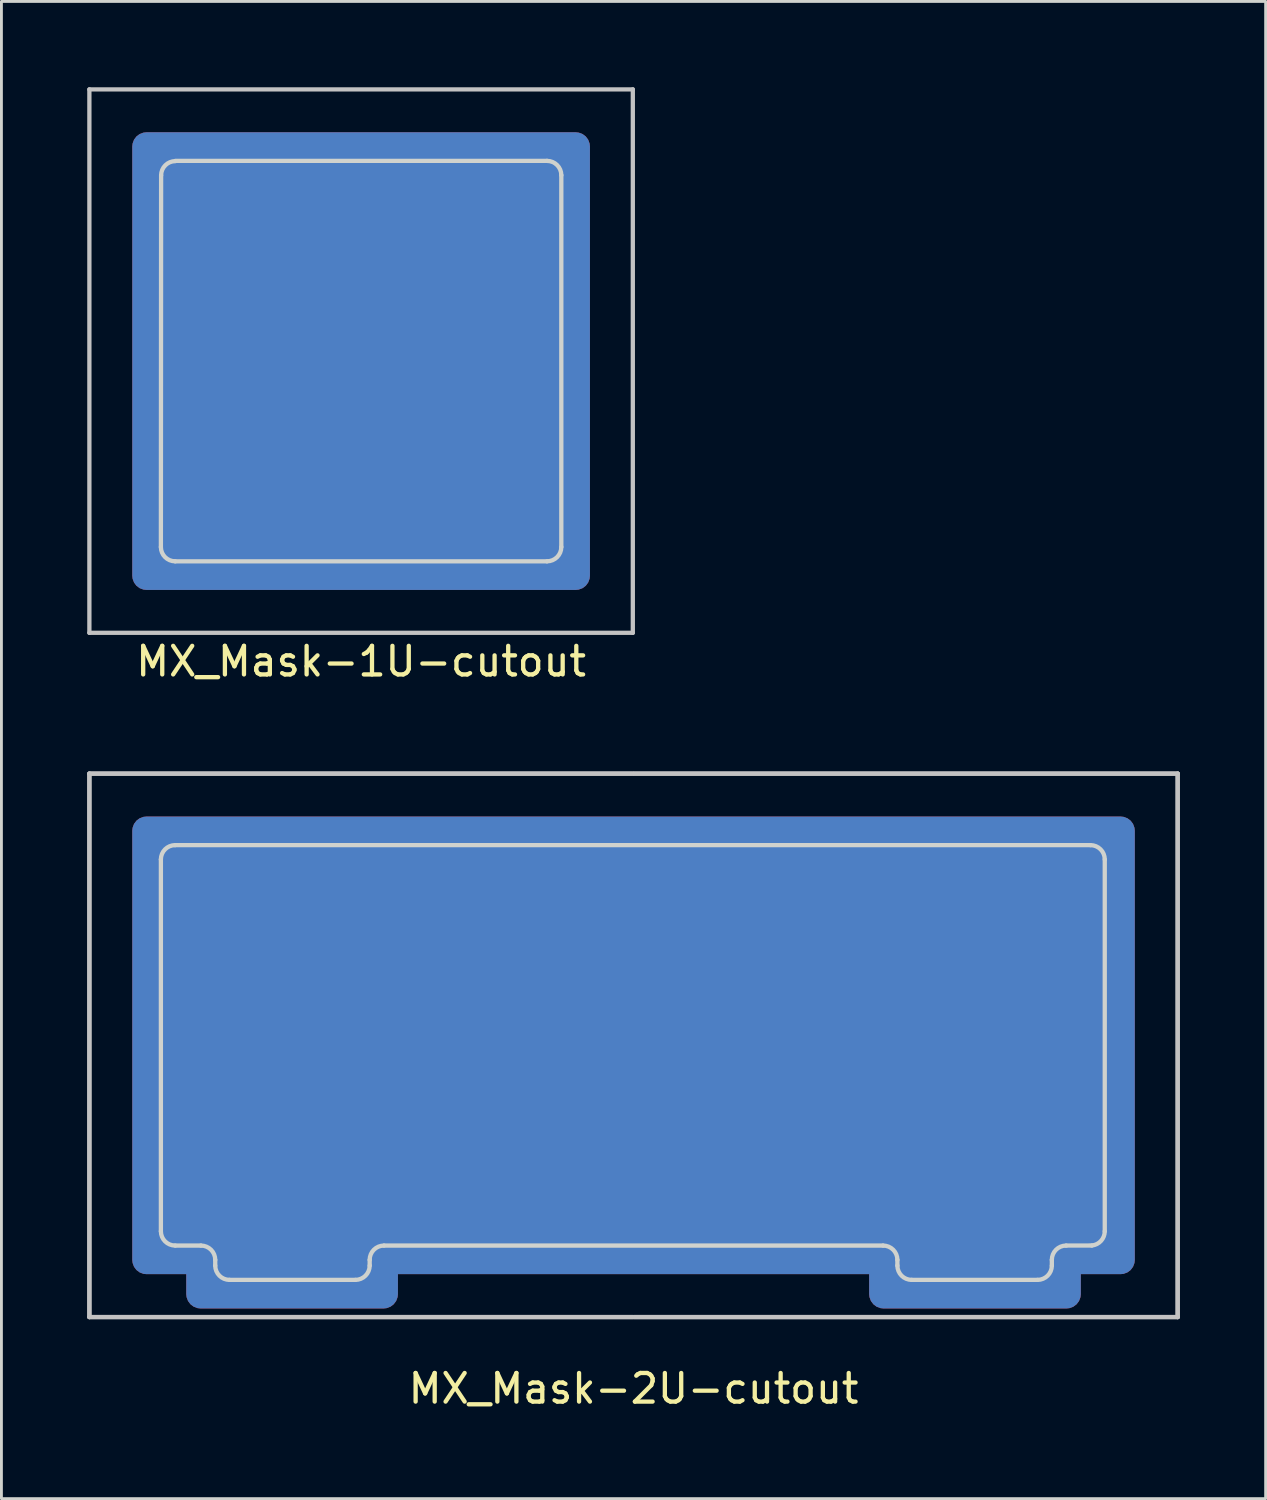
<source format=kicad_pcb>
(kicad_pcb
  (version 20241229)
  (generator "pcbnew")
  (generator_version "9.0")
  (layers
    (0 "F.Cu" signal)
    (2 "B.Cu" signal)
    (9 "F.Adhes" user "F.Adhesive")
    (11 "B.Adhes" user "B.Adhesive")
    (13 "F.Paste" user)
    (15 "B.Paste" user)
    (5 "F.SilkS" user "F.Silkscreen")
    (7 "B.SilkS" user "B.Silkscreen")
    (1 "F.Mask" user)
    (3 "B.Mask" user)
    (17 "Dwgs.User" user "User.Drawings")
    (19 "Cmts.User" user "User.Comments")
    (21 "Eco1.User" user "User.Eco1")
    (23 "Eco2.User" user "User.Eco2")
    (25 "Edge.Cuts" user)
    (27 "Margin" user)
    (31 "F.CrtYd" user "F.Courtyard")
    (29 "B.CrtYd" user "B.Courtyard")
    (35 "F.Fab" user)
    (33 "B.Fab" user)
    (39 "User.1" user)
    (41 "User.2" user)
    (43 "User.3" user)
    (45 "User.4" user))
  (footprint "MX_Mask-1U-cutout"
    (layer "F.Cu")
    (at 9.575 9.575)
    (property "Reference" "MX_Mask-1U-cutout" (at 0 10.5 0) (unlocked yes) (layer "F.SilkS") (effects (font (size 1 1) (thickness 0.15))))
    (attr through_hole)
    (fp_line (start -9.5 -9.5) (end 9.5 -9.5) (stroke (width 0.15) (type solid)) (layer "Dwgs.User"))
    (fp_line (start -9.5 9.5) (end -9.5 -9.5) (stroke (width 0.15) (type solid)) (layer "Dwgs.User"))
    (fp_line (start 9.5 -9.5) (end 9.5 9.5) (stroke (width 0.15) (type solid)) (layer "Dwgs.User"))
    (fp_line (start 9.5 9.5) (end -9.5 9.5) (stroke (width 0.15) (type solid)) (layer "Dwgs.User"))
    (fp_line (start -6.5 -7) (end 6.5 7) (stroke (width 0.12) (type solid)) (layer "Eco1.User"))
    (fp_line (start 6.5 -7) (end -6.5 7) (stroke (width 0.12) (type solid)) (layer "Eco1.User"))
    (fp_line (start -6.992 -6.492) (end -7 6.5) (stroke (width 0.15) (type solid)) (layer "Edge.Cuts"))
    (fp_line (start -6.5 7) (end 6.5 7) (stroke (width 0.15) (type solid)) (layer "Edge.Cuts"))
    (fp_line (start 6.5 -7) (end -6.492 -7) (stroke (width 0.15) (type solid)) (layer "Edge.Cuts"))
    (fp_line (start 7 6.5) (end 7 -6.5) (stroke (width 0.15) (type solid)) (layer "Edge.Cuts"))
    (fp_arc (start -6.992 -6.492) (mid -6.845553 -6.845553) (end -6.492 -6.992) (stroke (width 0.15) (type solid)) (layer "Edge.Cuts"))
    (fp_arc (start -6.5 7) (mid -6.853553 6.853553) (end -7 6.5) (stroke (width 0.15) (type solid)) (layer "Edge.Cuts"))
    (fp_arc (start 6.5 -7) (mid 6.853553 -6.853553) (end 7 -6.5) (stroke (width 0.15) (type solid)) (layer "Edge.Cuts"))
    (fp_arc (start 7 6.5) (mid 6.853553 6.853553) (end 6.5 7) (stroke (width 0.15) (type solid)) (layer "Edge.Cuts"))
    (pad "1" smd roundrect (at 0 0 180) (size 16 16) (layers "F.Cu" "F.Mask") (roundrect_rratio 0.031))
    (pad "1" smd roundrect (at 0 0 180) (size 16 16) (layers "B.Cu" "B.Mask") (roundrect_rratio 0.031)))
  (footprint "MX_Mask-2U-cutout"
    (layer "F.Cu")
    (at 19.1 33.498)
    (property "Reference" "MX_Mask-2U-cutout" (at 0 12 0) (unlocked yes) (layer "F.SilkS") (effects (font (size 1 1) (thickness 0.15))))
    (attr through_hole)
    (fp_line (start -19.025 -9.5) (end -0.025 -9.5) (stroke (width 0.15) (type solid)) (layer "Dwgs.User"))
    (fp_line (start -19.025 -9.5) (end 19.025 -9.5) (stroke (width 0.15) (type solid)) (layer "Dwgs.User"))
    (fp_line (start -19.025 9.5) (end -19.025 -9.5) (stroke (width 0.15) (type solid)) (layer "Dwgs.User"))
    (fp_line (start -19.025 9.5) (end -19.025 -9.5) (stroke (width 0.15) (type solid)) (layer "Dwgs.User"))
    (fp_line (start -0.025 9.5) (end -19.025 9.5) (stroke (width 0.15) (type solid)) (layer "Dwgs.User"))
    (fp_line (start 0.025 -9.5) (end 19.025 -9.5) (stroke (width 0.15) (type solid)) (layer "Dwgs.User"))
    (fp_line (start 19.025 -9.5) (end 19.025 9.5) (stroke (width 0.15) (type solid)) (layer "Dwgs.User"))
    (fp_line (start 19.025 -9.5) (end 19.025 9.5) (stroke (width 0.15) (type solid)) (layer "Dwgs.User"))
    (fp_line (start 19.025 9.5) (end -19.025 9.5) (stroke (width 0.15) (type solid)) (layer "Dwgs.User"))
    (fp_line (start 19.025 9.5) (end 0.025 9.5) (stroke (width 0.15) (type solid)) (layer "Dwgs.User"))
    (fp_line (start -8.725 -7) (end 8.725 7) (stroke (width 0.12) (type solid)) (layer "Eco1.User"))
    (fp_line (start 8.725 -7) (end -8.725 7) (stroke (width 0.12) (type solid)) (layer "Eco1.User"))
    (fp_line (start -16.525 -6.5) (end -16.525 6.5) (stroke (width 0.15) (type solid)) (layer "Edge.Cuts"))
    (fp_line (start -15.125 7) (end -16.025 7) (stroke (width 0.15) (type solid)) (layer "Edge.Cuts"))
    (fp_line (start -14.625 7.5) (end -14.625 7.7) (stroke (width 0.15) (type solid)) (layer "Edge.Cuts"))
    (fp_line (start -14.125 8.2) (end -9.725 8.2) (stroke (width 0.15) (type solid)) (layer "Edge.Cuts"))
    (fp_line (start -9.225 7.7) (end -9.225 7.5) (stroke (width 0.15) (type solid)) (layer "Edge.Cuts"))
    (fp_line (start 8.725 7) (end -8.725 7) (stroke (width 0.15) (type solid)) (layer "Edge.Cuts"))
    (fp_line (start 9.225 7.5) (end 9.225 7.7) (stroke (width 0.15) (type solid)) (layer "Edge.Cuts"))
    (fp_line (start 9.725 8.2) (end 14.125 8.2) (stroke (width 0.15) (type solid)) (layer "Edge.Cuts"))
    (fp_line (start 14.625 7.7) (end 14.625 7.5) (stroke (width 0.15) (type solid)) (layer "Edge.Cuts"))
    (fp_line (start 15.975 -7) (end -16.025 -7) (stroke (width 0.15) (type solid)) (layer "Edge.Cuts"))
    (fp_line (start 16.025 6.998) (end 15.125 7) (stroke (width 0.15) (type solid)) (layer "Edge.Cuts"))
    (fp_line (start 16.475 6.5) (end 16.475 -6.5) (stroke (width 0.15) (type solid)) (layer "Edge.Cuts"))
    (fp_arc (start -16.525 -6.5) (mid -16.378553 -6.853553) (end -16.025 -7) (stroke (width 0.15) (type solid)) (layer "Edge.Cuts"))
    (fp_arc (start -16.025 7) (mid -16.378553 6.853553) (end -16.525 6.5) (stroke (width 0.15) (type solid)) (layer "Edge.Cuts"))
    (fp_arc (start -15.125 7) (mid -14.771447 7.146447) (end -14.625 7.5) (stroke (width 0.15) (type solid)) (layer "Edge.Cuts"))
    (fp_arc (start -14.125 8.2) (mid -14.478553 8.053553) (end -14.625 7.7) (stroke (width 0.15) (type solid)) (layer "Edge.Cuts"))
    (fp_arc (start -9.225 7.5) (mid -9.078553 7.146447) (end -8.725 7) (stroke (width 0.15) (type solid)) (layer "Edge.Cuts"))
    (fp_arc (start -9.225 7.7) (mid -9.371447 8.053553) (end -9.725 8.2) (stroke (width 0.15) (type solid)) (layer "Edge.Cuts"))
    (fp_arc (start 8.725 7) (mid 9.078553 7.146447) (end 9.225 7.5) (stroke (width 0.15) (type solid)) (layer "Edge.Cuts"))
    (fp_arc (start 9.725 8.2) (mid 9.371447 8.053553) (end 9.225 7.7) (stroke (width 0.15) (type solid)) (layer "Edge.Cuts"))
    (fp_arc (start 14.625 7.5) (mid 14.771447 7.146447) (end 15.125 7) (stroke (width 0.15) (type solid)) (layer "Edge.Cuts"))
    (fp_arc (start 14.625 7.7) (mid 14.478553 8.053553) (end 14.125 8.2) (stroke (width 0.15) (type solid)) (layer "Edge.Cuts"))
    (fp_arc (start 15.975 -7) (mid 16.328553 -6.853553) (end 16.475 -6.5) (stroke (width 0.15) (type solid)) (layer "Edge.Cuts"))
    (fp_arc (start 16.475 6.5) (mid 16.345726 6.835503) (end 16.024752 6.997519) (stroke (width 0.15) (type solid)) (layer "Edge.Cuts"))
    (pad "1" smd roundrect (at -11.938 1.5 180) (size 7.4 15.4) (layers "F.Cu" "F.Mask") (roundrect_rratio 0.068))
    (pad "1" smd roundrect (at -11.938 1.5 180) (size 7.4 15.4) (layers "B.Cu" "B.Mask") (roundrect_rratio 0.068))
    (pad "1" smd roundrect (at 0 0 180) (size 35.05 16) (layers "F.Cu" "F.Mask") (roundrect_rratio 0.031))
    (pad "1" smd roundrect (at 0 0 180) (size 35.05 16) (layers "B.Cu" "B.Mask") (roundrect_rratio 0.031))
    (pad "1" smd roundrect (at 11.938 1.5 180) (size 7.4 15.4) (layers "F.Cu" "F.Mask") (roundrect_rratio 0.068))
    (pad "1" smd roundrect (at 11.938 1.5 180) (size 7.4 15.4) (layers "B.Cu" "B.Mask") (roundrect_rratio 0.068)))
  (gr_rect
    (start -3 -3)
    (end 41.2 49.346)
    (stroke (width 0.1) (type default))
    (fill no)
    (layer "Edge.Cuts")))
</source>
